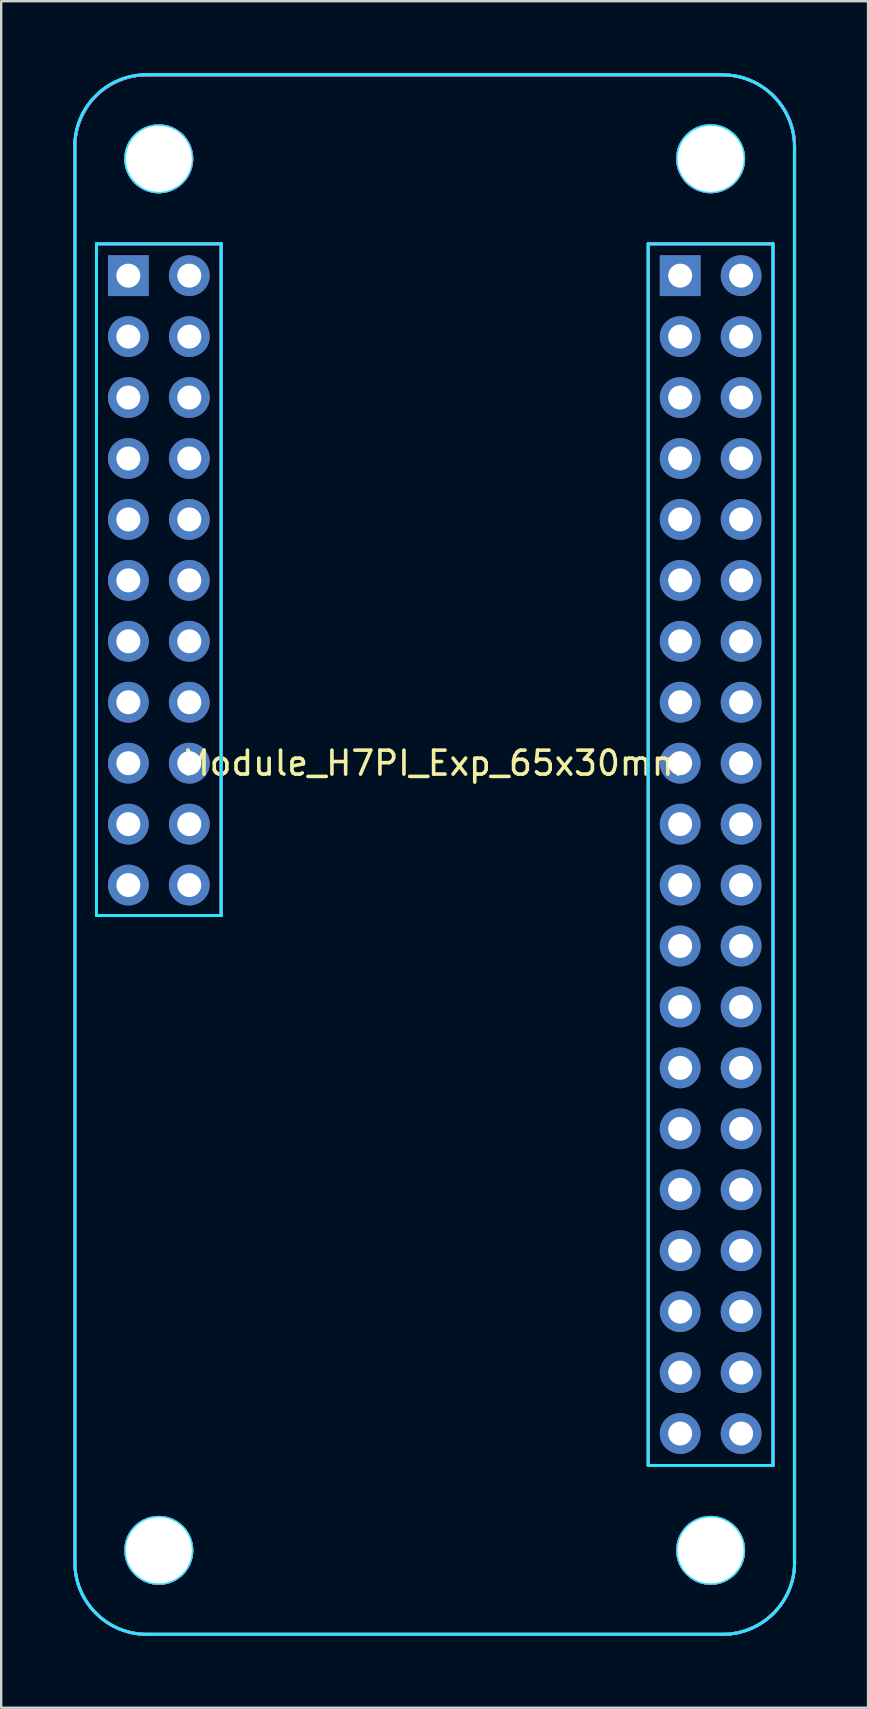
<source format=kicad_pcb>
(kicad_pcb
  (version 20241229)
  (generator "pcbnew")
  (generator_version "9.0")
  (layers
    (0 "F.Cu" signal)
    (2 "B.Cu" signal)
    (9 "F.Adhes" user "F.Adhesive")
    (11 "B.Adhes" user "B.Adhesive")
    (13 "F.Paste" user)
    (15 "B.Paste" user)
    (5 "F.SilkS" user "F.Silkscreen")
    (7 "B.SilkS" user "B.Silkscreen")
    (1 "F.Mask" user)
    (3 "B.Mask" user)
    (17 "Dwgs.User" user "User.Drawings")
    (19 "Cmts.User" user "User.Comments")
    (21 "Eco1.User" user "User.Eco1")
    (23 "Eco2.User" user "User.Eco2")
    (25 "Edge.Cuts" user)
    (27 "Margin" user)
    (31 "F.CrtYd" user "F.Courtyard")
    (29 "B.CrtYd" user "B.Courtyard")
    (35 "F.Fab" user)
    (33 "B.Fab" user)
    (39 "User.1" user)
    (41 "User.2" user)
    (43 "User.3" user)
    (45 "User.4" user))
  (footprint "Module_H7PI_Exp_65x30mm"
    (layer "F.Cu")
    (at 15.07 32.57)
    (property "Reference" "Module_H7PI_Exp_65x30mm" (at -0.07 -3.81 0) (layer "F.SilkS") (effects (font (size 1 1) (thickness 0.15))))
    (attr exclude_from_pos_files exclude_from_bom)
    (fp_line (start -15 -29.5) (end -15 29.5) (stroke (width 0.12) (type solid)) (layer "F.SilkS"))
    (fp_line (start -14.1 -25.46) (end -14.1 2.54) (stroke (width 0.12) (type solid)) (layer "F.SilkS"))
    (fp_line (start -14.1 -25.46) (end -8.9 -25.46) (stroke (width 0.12) (type solid)) (layer "F.SilkS"))
    (fp_line (start -14.1 2.54) (end -8.9 2.54) (stroke (width 0.12) (type solid)) (layer "F.SilkS"))
    (fp_line (start -12 32.5) (end 12 32.5) (stroke (width 0.12) (type solid)) (layer "F.SilkS"))
    (fp_line (start -8.9 -25.46) (end -8.9 2.54) (stroke (width 0.12) (type solid)) (layer "F.SilkS"))
    (fp_line (start 8.9 -25.46) (end 8.9 25.46) (stroke (width 0.12) (type solid)) (layer "F.SilkS"))
    (fp_line (start 8.9 -25.46) (end 14.1 -25.46) (stroke (width 0.12) (type solid)) (layer "F.SilkS"))
    (fp_line (start 8.9 25.46) (end 14.1 25.46) (stroke (width 0.12) (type solid)) (layer "F.SilkS"))
    (fp_line (start 12 -32.5) (end -12 -32.5) (stroke (width 0.12) (type solid)) (layer "F.SilkS"))
    (fp_line (start 14.1 -25.46) (end 14.1 25.46) (stroke (width 0.12) (type solid)) (layer "F.SilkS"))
    (fp_line (start 15 -29.5) (end 15 29.5) (stroke (width 0.12) (type solid)) (layer "F.SilkS"))
    (fp_arc (start -15 -29.5) (mid -14.12132 -31.62132) (end -12 -32.5) (stroke (width 0.12) (type solid)) (layer "F.SilkS"))
    (fp_arc (start -12 32.5) (mid -14.12132 31.62132) (end -15 29.5) (stroke (width 0.12) (type solid)) (layer "F.SilkS"))
    (fp_arc (start 12 -32.5) (mid 14.12132 -31.62132) (end 15 -29.5) (stroke (width 0.12) (type solid)) (layer "F.SilkS"))
    (fp_arc (start 15 29.5) (mid 14.12132 31.62132) (end 12 32.5) (stroke (width 0.12) (type solid)) (layer "F.SilkS"))
    (fp_circle (center -11.5 -29) (end -10.125 -29) (stroke (width 0.12) (type solid)) (fill no) (layer "F.SilkS"))
    (fp_circle (center -11.5 29) (end -10.125 29) (stroke (width 0.12) (type solid)) (fill no) (layer "F.SilkS"))
    (fp_circle (center 11.5 -29) (end 12.875 -29) (stroke (width 0.12) (type solid)) (fill no) (layer "F.SilkS"))
    (fp_circle (center 11.5 29) (end 12.875 29) (stroke (width 0.12) (type solid)) (fill no) (layer "F.SilkS"))
    (fp_line (start -15 -29.5) (end -15 29.5) (stroke (width 0.12) (type solid)) (layer "B.SilkS"))
    (fp_line (start -14.1 -25.46) (end -8.9 -25.46) (stroke (width 0.12) (type solid)) (layer "B.SilkS"))
    (fp_line (start -14.1 2.54) (end -14.1 -25.46) (stroke (width 0.12) (type solid)) (layer "B.SilkS"))
    (fp_line (start -12 32.5) (end 12 32.5) (stroke (width 0.12) (type solid)) (layer "B.SilkS"))
    (fp_line (start -8.9 -25.46) (end -8.9 2.54) (stroke (width 0.12) (type solid)) (layer "B.SilkS"))
    (fp_line (start -8.9 2.54) (end -14.1 2.54) (stroke (width 0.12) (type solid)) (layer "B.SilkS"))
    (fp_line (start 8.9 -25.46) (end 8.9 25.46) (stroke (width 0.12) (type solid)) (layer "B.SilkS"))
    (fp_line (start 8.9 25.46) (end 14.1 25.46) (stroke (width 0.12) (type solid)) (layer "B.SilkS"))
    (fp_line (start 12 -32.5) (end -12 -32.5) (stroke (width 0.12) (type solid)) (layer "B.SilkS"))
    (fp_line (start 14.1 -25.46) (end 8.9 -25.46) (stroke (width 0.12) (type solid)) (layer "B.SilkS"))
    (fp_line (start 14.1 25.46) (end 14.1 -25.46) (stroke (width 0.12) (type solid)) (layer "B.SilkS"))
    (fp_line (start 15 -29.5) (end 15 29.5) (stroke (width 0.12) (type solid)) (layer "B.SilkS"))
    (fp_arc (start -15 -29.5) (mid -14.12132 -31.62132) (end -12 -32.5) (stroke (width 0.12) (type solid)) (layer "B.SilkS"))
    (fp_arc (start -12 32.5) (mid -14.12132 31.62132) (end -15 29.5) (stroke (width 0.12) (type solid)) (layer "B.SilkS"))
    (fp_arc (start 12 -32.5) (mid 14.12132 -31.62132) (end 15 -29.5) (stroke (width 0.12) (type solid)) (layer "B.SilkS"))
    (fp_arc (start 15 29.5) (mid 14.12132 31.62132) (end 12 32.5) (stroke (width 0.12) (type solid)) (layer "B.SilkS"))
    (fp_circle (center -11.5 -29) (end -10.125 -29) (stroke (width 0.12) (type solid)) (fill no) (layer "B.SilkS"))
    (fp_circle (center -11.5 29) (end -10.125 29) (stroke (width 0.12) (type solid)) (fill no) (layer "B.SilkS"))
    (fp_circle (center 11.5 -29) (end 12.875 -29) (stroke (width 0.12) (type solid)) (fill no) (layer "B.SilkS"))
    (fp_circle (center 11.5 29) (end 12.875 29) (stroke (width 0.12) (type solid)) (fill no) (layer "B.SilkS"))
    (fp_line (start -15 -29.5) (end -15 29.5) (stroke (width 0.12) (type solid)) (layer "B.CrtYd"))
    (fp_line (start -14.1 -25.46) (end -14.1 2.54) (stroke (width 0.12) (type solid)) (layer "B.CrtYd"))
    (fp_line (start -14.1 2.54) (end -8.9 2.54) (stroke (width 0.12) (type solid)) (layer "B.CrtYd"))
    (fp_line (start -12 32.5) (end 12 32.5) (stroke (width 0.12) (type solid)) (layer "B.CrtYd"))
    (fp_line (start -8.9 -25.46) (end -14.1 -25.46) (stroke (width 0.12) (type solid)) (layer "B.CrtYd"))
    (fp_line (start -8.9 2.54) (end -8.9 -25.46) (stroke (width 0.12) (type solid)) (layer "B.CrtYd"))
    (fp_line (start 8.9 -25.46) (end 8.9 25.46) (stroke (width 0.12) (type solid)) (layer "B.CrtYd"))
    (fp_line (start 8.9 25.46) (end 14.1 25.46) (stroke (width 0.12) (type solid)) (layer "B.CrtYd"))
    (fp_line (start 11.99 -32.51) (end -12.01 -32.51) (stroke (width 0.12) (type solid)) (layer "B.CrtYd"))
    (fp_line (start 14.1 -25.46) (end 8.9 -25.46) (stroke (width 0.12) (type solid)) (layer "B.CrtYd"))
    (fp_line (start 14.1 25.46) (end 14.1 -25.46) (stroke (width 0.12) (type solid)) (layer "B.CrtYd"))
    (fp_line (start 14.99 -29.5) (end 14.99 29.5) (stroke (width 0.12) (type solid)) (layer "B.CrtYd"))
    (fp_arc (start -15.01 -29.51) (mid -14.13132 -31.63132) (end -12.01 -32.51) (stroke (width 0.12) (type solid)) (layer "B.CrtYd"))
    (fp_arc (start -12 32.5) (mid -14.12132 31.62132) (end -15 29.5) (stroke (width 0.12) (type solid)) (layer "B.CrtYd"))
    (fp_arc (start 11.99 -32.5) (mid 14.11132 -31.62132) (end 14.99 -29.5) (stroke (width 0.12) (type solid)) (layer "B.CrtYd"))
    (fp_arc (start 15 29.5) (mid 14.12132 31.62132) (end 12 32.5) (stroke (width 0.12) (type solid)) (layer "B.CrtYd"))
    (fp_circle (center -11.51 -29) (end -10.135 -29) (stroke (width 0.12) (type solid)) (fill no) (layer "B.CrtYd"))
    (fp_circle (center -11.5 29) (end -10.125 29) (stroke (width 0.12) (type solid)) (fill no) (layer "B.CrtYd"))
    (fp_circle (center 11.5 -29.01) (end 12.875 -29.01) (stroke (width 0.12) (type solid)) (fill no) (layer "B.CrtYd"))
    (fp_circle (center 11.5 29) (end 12.875 29) (stroke (width 0.12) (type solid)) (fill no) (layer "B.CrtYd"))
    (fp_line (start -15 -29.5) (end -15 29.5) (stroke (width 0.12) (type solid)) (layer "F.CrtYd"))
    (fp_line (start -14.1 -25.46) (end -14.1 2.54) (stroke (width 0.12) (type solid)) (layer "F.CrtYd"))
    (fp_line (start -14.1 -25.46) (end -8.9 -25.46) (stroke (width 0.12) (type solid)) (layer "F.CrtYd"))
    (fp_line (start -14.1 2.54) (end -8.9 2.54) (stroke (width 0.12) (type solid)) (layer "F.CrtYd"))
    (fp_line (start -12 32.5) (end 12 32.5) (stroke (width 0.12) (type solid)) (layer "F.CrtYd"))
    (fp_line (start -8.9 -25.46) (end -8.9 2.54) (stroke (width 0.12) (type solid)) (layer "F.CrtYd"))
    (fp_line (start 8.9 -25.46) (end 14.1 -25.46) (stroke (width 0.12) (type solid)) (layer "F.CrtYd"))
    (fp_line (start 8.9 25.46) (end 8.9 -25.46) (stroke (width 0.12) (type solid)) (layer "F.CrtYd"))
    (fp_line (start 12 -32.5) (end -12 -32.5) (stroke (width 0.12) (type solid)) (layer "F.CrtYd"))
    (fp_line (start 14.1 -25.46) (end 14.1 25.46) (stroke (width 0.12) (type solid)) (layer "F.CrtYd"))
    (fp_line (start 14.1 25.46) (end 8.9 25.46) (stroke (width 0.12) (type solid)) (layer "F.CrtYd"))
    (fp_line (start 15 -29.5) (end 15 29.5) (stroke (width 0.12) (type solid)) (layer "F.CrtYd"))
    (fp_arc (start -15 -29.5) (mid -14.12132 -31.62132) (end -12 -32.5) (stroke (width 0.12) (type solid)) (layer "F.CrtYd"))
    (fp_arc (start -12 32.5) (mid -14.12132 31.62132) (end -15 29.5) (stroke (width 0.12) (type solid)) (layer "F.CrtYd"))
    (fp_arc (start 12 -32.5) (mid 14.12132 -31.62132) (end 15 -29.5) (stroke (width 0.12) (type solid)) (layer "F.CrtYd"))
    (fp_arc (start 15 29.5) (mid 14.12132 31.62132) (end 12 32.5) (stroke (width 0.12) (type solid)) (layer "F.CrtYd"))
    (fp_circle (center -11.5 -29) (end -10.125 -29) (stroke (width 0.12) (type solid)) (fill no) (layer "F.CrtYd"))
    (fp_circle (center -11.5 29) (end -10.125 29) (stroke (width 0.12) (type solid)) (fill no) (layer "F.CrtYd"))
    (fp_circle (center 11.5 -29) (end 12.875 -29) (stroke (width 0.12) (type solid)) (fill no) (layer "F.CrtYd"))
    (fp_circle (center 11.5 29) (end 12.875 29) (stroke (width 0.12) (type solid)) (fill no) (layer "F.CrtYd"))
    (fp_line (start -15 -29.5) (end -15 29.5) (stroke (width 0.12) (type solid)) (layer "B.Fab"))
    (fp_line (start -14.1 -25.46) (end -14.1 2.54) (stroke (width 0.12) (type solid)) (layer "B.Fab"))
    (fp_line (start -14.1 2.54) (end -8.9 2.54) (stroke (width 0.12) (type solid)) (layer "B.Fab"))
    (fp_line (start -12 32.5) (end 12 32.5) (stroke (width 0.12) (type solid)) (layer "B.Fab"))
    (fp_line (start -8.9 -25.46) (end -14.1 -25.46) (stroke (width 0.12) (type solid)) (layer "B.Fab"))
    (fp_line (start -8.9 2.54) (end -8.9 -25.46) (stroke (width 0.12) (type solid)) (layer "B.Fab"))
    (fp_line (start 8.9 -25.46) (end 8.9 25.46) (stroke (width 0.12) (type solid)) (layer "B.Fab"))
    (fp_line (start 8.9 25.46) (end 14.1 25.46) (stroke (width 0.12) (type solid)) (layer "B.Fab"))
    (fp_line (start 12 -32.5) (end -12 -32.5) (stroke (width 0.12) (type solid)) (layer "B.Fab"))
    (fp_line (start 14.1 -25.46) (end 8.9 -25.46) (stroke (width 0.12) (type solid)) (layer "B.Fab"))
    (fp_line (start 14.1 25.46) (end 14.1 -25.46) (stroke (width 0.12) (type solid)) (layer "B.Fab"))
    (fp_line (start 15 -29.5) (end 15 29.5) (stroke (width 0.12) (type solid)) (layer "B.Fab"))
    (fp_arc (start -15 -29.51) (mid -14.12132 -31.63132) (end -12 -32.51) (stroke (width 0.12) (type solid)) (layer "B.Fab"))
    (fp_arc (start -12 32.5) (mid -14.12132 31.62132) (end -15 29.5) (stroke (width 0.12) (type solid)) (layer "B.Fab"))
    (fp_arc (start 12 -32.5) (mid 14.12132 -31.62132) (end 15 -29.5) (stroke (width 0.12) (type solid)) (layer "B.Fab"))
    (fp_arc (start 14.99 29.49) (mid 14.11132 31.61132) (end 11.99 32.49) (stroke (width 0.12) (type solid)) (layer "B.Fab"))
    (fp_circle (center -11.51 28.995) (end -10.135 28.995) (stroke (width 0.12) (type solid)) (fill no) (layer "B.Fab"))
    (fp_circle (center -11.5 -29) (end -10.125 -29) (stroke (width 0.12) (type solid)) (fill no) (layer "B.Fab"))
    (fp_circle (center 11.49 -29.01) (end 12.865 -29.01) (stroke (width 0.12) (type solid)) (fill no) (layer "B.Fab"))
    (fp_circle (center 11.495 28.99) (end 12.87 28.99) (stroke (width 0.12) (type solid)) (fill no) (layer "B.Fab"))
    (fp_line (start -15 -29.5) (end -15 29.5) (stroke (width 0.12) (type solid)) (layer "F.Fab"))
    (fp_line (start -14.1 -25.46) (end -14.1 2.54) (stroke (width 0.12) (type solid)) (layer "F.Fab"))
    (fp_line (start -14.1 -25.46) (end -8.9 -25.46) (stroke (width 0.12) (type solid)) (layer "F.Fab"))
    (fp_line (start -14.1 2.54) (end -8.9 2.54) (stroke (width 0.12) (type solid)) (layer "F.Fab"))
    (fp_line (start -12 32.5) (end 12 32.5) (stroke (width 0.12) (type solid)) (layer "F.Fab"))
    (fp_line (start -8.9 -25.46) (end -8.9 2.54) (stroke (width 0.12) (type solid)) (layer "F.Fab"))
    (fp_line (start 8.9 -25.46) (end 14.1 -25.46) (stroke (width 0.12) (type solid)) (layer "F.Fab"))
    (fp_line (start 8.9 25.46) (end 8.9 -25.45) (stroke (width 0.12) (type solid)) (layer "F.Fab"))
    (fp_line (start 12 -32.5) (end -12 -32.5) (stroke (width 0.12) (type solid)) (layer "F.Fab"))
    (fp_line (start 14.1 -25.46) (end 14.1 25.46) (stroke (width 0.12) (type solid)) (layer "F.Fab"))
    (fp_line (start 14.1 25.46) (end 8.9 25.46) (stroke (width 0.12) (type solid)) (layer "F.Fab"))
    (fp_line (start 15 -29.5) (end 15 29.5) (stroke (width 0.12) (type solid)) (layer "F.Fab"))
    (fp_arc (start -15 -29.5) (mid -14.12132 -31.62132) (end -12 -32.5) (stroke (width 0.12) (type solid)) (layer "F.Fab"))
    (fp_arc (start -12 32.5) (mid -14.12132 31.62132) (end -15 29.5) (stroke (width 0.12) (type solid)) (layer "F.Fab"))
    (fp_arc (start 12 -32.5) (mid 14.12132 -31.62132) (end 15 -29.5) (stroke (width 0.12) (type solid)) (layer "F.Fab"))
    (fp_arc (start 15 29.5) (mid 14.12132 31.62132) (end 12 32.5) (stroke (width 0.12) (type solid)) (layer "F.Fab"))
    (fp_circle (center -11.5 -29) (end -10.125 -29) (stroke (width 0.12) (type solid)) (fill no) (layer "F.Fab"))
    (fp_circle (center -11.5 29) (end -10.125 29) (stroke (width 0.12) (type solid)) (fill no) (layer "F.Fab"))
    (fp_circle (center 11.5 -29) (end 12.875 -29) (stroke (width 0.12) (type solid)) (fill no) (layer "F.Fab"))
    (fp_circle (center 11.5 29) (end 12.875 29) (stroke (width 0.12) (type solid)) (fill no) (layer "F.Fab"))
    (pad "" np_thru_hole circle (at -11.5 -29) (size 2.75 2.75) (drill 2.75) (layers "*.Cu" "*.Mask"))
    (pad "" np_thru_hole circle (at -11.5 29) (size 2.75 2.75) (drill 2.75) (layers "*.Cu" "*.Mask"))
    (pad "" np_thru_hole circle (at 11.5 -29) (size 2.75 2.75) (drill 2.75) (layers "*.Cu" "*.Mask"))
    (pad "" np_thru_hole circle (at 11.5 29) (size 2.75 2.75) (drill 2.75) (layers "*.Cu" "*.Mask"))
    (pad "1" thru_hole rect (at -12.77 -24.13) (size 1.7 1.7) (drill 1) (layers "*.Cu" "*.Mask"))
    (pad "2" thru_hole circle (at -10.23 -24.13) (size 1.7 1.7) (drill 1) (layers "*.Cu" "*.Mask"))
    (pad "3" thru_hole circle (at -12.77 -21.59) (size 1.7 1.7) (drill 1) (layers "*.Cu" "*.Mask"))
    (pad "4" thru_hole circle (at -10.23 -21.59) (size 1.7 1.7) (drill 1) (layers "*.Cu" "*.Mask"))
    (pad "5" thru_hole circle (at -12.77 -19.05) (size 1.7 1.7) (drill 1) (layers "*.Cu" "*.Mask"))
    (pad "6" thru_hole circle (at -10.23 -19.05) (size 1.7 1.7) (drill 1) (layers "*.Cu" "*.Mask"))
    (pad "7" thru_hole circle (at -12.77 -16.51) (size 1.7 1.7) (drill 1) (layers "*.Cu" "*.Mask"))
    (pad "8" thru_hole circle (at -10.23 -16.51) (size 1.7 1.7) (drill 1) (layers "*.Cu" "*.Mask"))
    (pad "9" thru_hole circle (at -12.77 -13.97) (size 1.7 1.7) (drill 1) (layers "*.Cu" "*.Mask"))
    (pad "10" thru_hole circle (at -10.23 -13.97) (size 1.7 1.7) (drill 1) (layers "*.Cu" "*.Mask"))
    (pad "11" thru_hole circle (at -12.77 -11.43) (size 1.7 1.7) (drill 1) (layers "*.Cu" "*.Mask"))
    (pad "12" thru_hole circle (at -10.23 -11.43) (size 1.7 1.7) (drill 1) (layers "*.Cu" "*.Mask"))
    (pad "13" thru_hole circle (at -12.77 -8.89) (size 1.7 1.7) (drill 1) (layers "*.Cu" "*.Mask"))
    (pad "14" thru_hole circle (at -10.23 -8.89) (size 1.7 1.7) (drill 1) (layers "*.Cu" "*.Mask"))
    (pad "15" thru_hole circle (at -12.77 -6.35) (size 1.7 1.7) (drill 1) (layers "*.Cu" "*.Mask"))
    (pad "16" thru_hole circle (at -10.23 -6.35) (size 1.7 1.7) (drill 1) (layers "*.Cu" "*.Mask"))
    (pad "17" thru_hole circle (at -12.77 -3.81) (size 1.7 1.7) (drill 1) (layers "*.Cu" "*.Mask"))
    (pad "18" thru_hole circle (at -10.23 -3.81) (size 1.7 1.7) (drill 1) (layers "*.Cu" "*.Mask"))
    (pad "19" thru_hole circle (at -12.77 -1.27) (size 1.7 1.7) (drill 1) (layers "*.Cu" "*.Mask"))
    (pad "20" thru_hole circle (at -10.23 -1.27) (size 1.7 1.7) (drill 1) (layers "*.Cu" "*.Mask"))
    (pad "21" thru_hole circle (at -12.77 1.27) (size 1.7 1.7) (drill 1) (layers "*.Cu" "*.Mask"))
    (pad "21" thru_hole rect (at 10.23 -24.13) (size 1.7 1.7) (drill 1) (layers "*.Cu" "*.Mask"))
    (pad "22" thru_hole circle (at -10.23 1.27) (size 1.7 1.7) (drill 1) (layers "*.Cu" "*.Mask"))
    (pad "22" thru_hole circle (at 12.77 -24.13) (size 1.7 1.7) (drill 1) (layers "*.Cu" "*.Mask"))
    (pad "23" thru_hole circle (at 10.23 -21.59) (size 1.7 1.7) (drill 1) (layers "*.Cu" "*.Mask"))
    (pad "24" thru_hole circle (at 12.77 -21.59) (size 1.7 1.7) (drill 1) (layers "*.Cu" "*.Mask"))
    (pad "25" thru_hole circle (at 10.23 -19.05) (size 1.7 1.7) (drill 1) (layers "*.Cu" "*.Mask"))
    (pad "26" thru_hole circle (at 12.77 -19.05) (size 1.7 1.7) (drill 1) (layers "*.Cu" "*.Mask"))
    (pad "27" thru_hole circle (at 10.23 -16.51) (size 1.7 1.7) (drill 1) (layers "*.Cu" "*.Mask"))
    (pad "28" thru_hole circle (at 12.77 -16.51) (size 1.7 1.7) (drill 1) (layers "*.Cu" "*.Mask"))
    (pad "29" thru_hole circle (at 10.23 -13.97) (size 1.7 1.7) (drill 1) (layers "*.Cu" "*.Mask"))
    (pad "30" thru_hole circle (at 12.77 -13.97) (size 1.7 1.7) (drill 1) (layers "*.Cu" "*.Mask"))
    (pad "31" thru_hole circle (at 10.23 -11.43) (size 1.7 1.7) (drill 1) (layers "*.Cu" "*.Mask"))
    (pad "32" thru_hole circle (at 12.77 -11.43) (size 1.7 1.7) (drill 1) (layers "*.Cu" "*.Mask"))
    (pad "33" thru_hole circle (at 10.23 -8.89) (size 1.7 1.7) (drill 1) (layers "*.Cu" "*.Mask"))
    (pad "34" thru_hole circle (at 12.77 -8.89) (size 1.7 1.7) (drill 1) (layers "*.Cu" "*.Mask"))
    (pad "35" thru_hole circle (at 10.23 -6.35) (size 1.7 1.7) (drill 1) (layers "*.Cu" "*.Mask"))
    (pad "36" thru_hole circle (at 12.77 -6.35) (size 1.7 1.7) (drill 1) (layers "*.Cu" "*.Mask"))
    (pad "37" thru_hole circle (at 10.23 -3.81) (size 1.7 1.7) (drill 1) (layers "*.Cu" "*.Mask"))
    (pad "38" thru_hole circle (at 12.77 -3.81) (size 1.7 1.7) (drill 1) (layers "*.Cu" "*.Mask"))
    (pad "39" thru_hole circle (at 10.23 -1.27) (size 1.7 1.7) (drill 1) (layers "*.Cu" "*.Mask"))
    (pad "40" thru_hole circle (at 12.77 -1.27) (size 1.7 1.7) (drill 1) (layers "*.Cu" "*.Mask"))
    (pad "41" thru_hole circle (at 10.23 1.27) (size 1.7 1.7) (drill 1) (layers "*.Cu" "*.Mask"))
    (pad "42" thru_hole circle (at 12.77 1.27) (size 1.7 1.7) (drill 1) (layers "*.Cu" "*.Mask"))
    (pad "43" thru_hole circle (at 10.23 3.81) (size 1.7 1.7) (drill 1) (layers "*.Cu" "*.Mask"))
    (pad "44" thru_hole circle (at 12.77 3.81) (size 1.7 1.7) (drill 1) (layers "*.Cu" "*.Mask"))
    (pad "45" thru_hole circle (at 10.23 6.35) (size 1.7 1.7) (drill 1) (layers "*.Cu" "*.Mask"))
    (pad "46" thru_hole circle (at 12.77 6.35) (size 1.7 1.7) (drill 1) (layers "*.Cu" "*.Mask"))
    (pad "47" thru_hole circle (at 10.23 8.89) (size 1.7 1.7) (drill 1) (layers "*.Cu" "*.Mask"))
    (pad "48" thru_hole circle (at 12.77 8.89) (size 1.7 1.7) (drill 1) (layers "*.Cu" "*.Mask"))
    (pad "49" thru_hole circle (at 10.23 11.43) (size 1.7 1.7) (drill 1) (layers "*.Cu" "*.Mask"))
    (pad "50" thru_hole circle (at 12.77 11.43) (size 1.7 1.7) (drill 1) (layers "*.Cu" "*.Mask"))
    (pad "51" thru_hole circle (at 10.23 13.97) (size 1.7 1.7) (drill 1) (layers "*.Cu" "*.Mask"))
    (pad "52" thru_hole circle (at 12.77 13.97) (size 1.7 1.7) (drill 1) (layers "*.Cu" "*.Mask"))
    (pad "53" thru_hole circle (at 10.23 16.51) (size 1.7 1.7) (drill 1) (layers "*.Cu" "*.Mask"))
    (pad "54" thru_hole circle (at 12.77 16.51) (size 1.7 1.7) (drill 1) (layers "*.Cu" "*.Mask"))
    (pad "55" thru_hole circle (at 10.23 19.05) (size 1.7 1.7) (drill 1) (layers "*.Cu" "*.Mask"))
    (pad "56" thru_hole circle (at 12.77 19.05) (size 1.7 1.7) (drill 1) (layers "*.Cu" "*.Mask"))
    (pad "57" thru_hole circle (at 10.23 21.59) (size 1.7 1.7) (drill 1) (layers "*.Cu" "*.Mask"))
    (pad "58" thru_hole circle (at 12.77 21.59) (size 1.7 1.7) (drill 1) (layers "*.Cu" "*.Mask"))
    (pad "59" thru_hole circle (at 10.23 24.13) (size 1.7 1.7) (drill 1) (layers "*.Cu" "*.Mask"))
    (pad "60" thru_hole circle (at 12.77 24.13) (size 1.7 1.7) (drill 1) (layers "*.Cu" "*.Mask")))
  (gr_rect
    (start -3 -3)
    (end 33.13 68.13)
    (stroke (width 0.1) (type default))
    (fill no)
    (layer "Edge.Cuts")))
</source>
